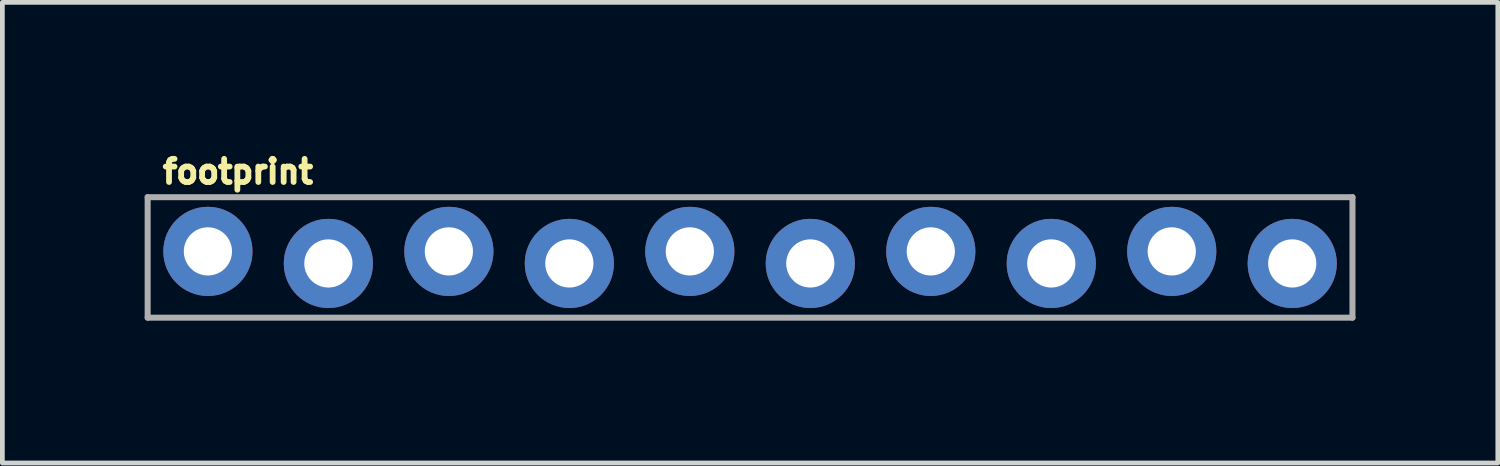
<source format=kicad_pcb>
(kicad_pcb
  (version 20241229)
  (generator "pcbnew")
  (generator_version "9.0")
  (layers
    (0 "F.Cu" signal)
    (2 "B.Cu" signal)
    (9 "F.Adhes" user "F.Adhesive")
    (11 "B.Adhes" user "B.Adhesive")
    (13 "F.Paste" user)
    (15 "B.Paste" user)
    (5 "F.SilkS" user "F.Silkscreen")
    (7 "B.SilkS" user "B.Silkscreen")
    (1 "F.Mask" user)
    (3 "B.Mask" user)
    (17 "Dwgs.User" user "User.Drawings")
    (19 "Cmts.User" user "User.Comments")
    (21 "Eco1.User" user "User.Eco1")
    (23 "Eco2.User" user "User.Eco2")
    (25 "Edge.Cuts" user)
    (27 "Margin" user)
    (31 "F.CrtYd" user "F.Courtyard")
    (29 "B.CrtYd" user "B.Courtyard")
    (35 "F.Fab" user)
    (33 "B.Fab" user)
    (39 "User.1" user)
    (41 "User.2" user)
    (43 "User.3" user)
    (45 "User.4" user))
  (footprint "footprint"
    (layer "F.Cu")
    (at 1.333 2.377)
    (property "Reference" "footprint" (at -1.016 -1.524 0) (layer "F.SilkS") (effects (font (size 0.488 0.488) (thickness 0.122)) (justify left bottom)))
    (fp_line (start -1.27 -1.27) (end -1.27 1.27) (stroke (width 0.127) (type solid)) (layer "F.Fab"))
    (fp_line (start -1.27 -1.27) (end 24.13 -1.27) (stroke (width 0.127) (type solid)) (layer "F.Fab"))
    (fp_line (start -1.27 1.27) (end 24.13 1.27) (stroke (width 0.127) (type solid)) (layer "F.Fab"))
    (fp_line (start 24.13 1.27) (end 24.13 -1.27) (stroke (width 0.127) (type solid)) (layer "F.Fab"))
    (fp_poly (pts (xy -0.254 0.254) (xy 0.254 0.254) (xy 0.254 -0.254) (xy -0.254 -0.254)) (stroke (width 0.1) (type solid)) (fill no) (layer "F.Fab"))
    (fp_poly (pts (xy 2.286 0.254) (xy 2.794 0.254) (xy 2.794 -0.254) (xy 2.286 -0.254)) (stroke (width 0.1) (type solid)) (fill no) (layer "F.Fab"))
    (fp_poly (pts (xy 4.826 0.254) (xy 5.334 0.254) (xy 5.334 -0.254) (xy 4.826 -0.254)) (stroke (width 0.1) (type solid)) (fill no) (layer "F.Fab"))
    (fp_poly (pts (xy 7.366 0.254) (xy 7.874 0.254) (xy 7.874 -0.254) (xy 7.366 -0.254)) (stroke (width 0.1) (type solid)) (fill no) (layer "F.Fab"))
    (fp_poly (pts (xy 9.906 0.254) (xy 10.414 0.254) (xy 10.414 -0.254) (xy 9.906 -0.254)) (stroke (width 0.1) (type solid)) (fill no) (layer "F.Fab"))
    (fp_poly (pts (xy 12.446 0.254) (xy 12.954 0.254) (xy 12.954 -0.254) (xy 12.446 -0.254)) (stroke (width 0.1) (type solid)) (fill no) (layer "F.Fab"))
    (fp_poly (pts (xy 14.986 0.254) (xy 15.494 0.254) (xy 15.494 -0.254) (xy 14.986 -0.254)) (stroke (width 0.1) (type solid)) (fill no) (layer "F.Fab"))
    (fp_poly (pts (xy 17.526 0.254) (xy 18.034 0.254) (xy 18.034 -0.254) (xy 17.526 -0.254)) (stroke (width 0.1) (type solid)) (fill no) (layer "F.Fab"))
    (fp_poly (pts (xy 20.066 0.254) (xy 20.574 0.254) (xy 20.574 -0.254) (xy 20.066 -0.254)) (stroke (width 0.1) (type solid)) (fill no) (layer "F.Fab"))
    (fp_poly (pts (xy 22.606 0.254) (xy 23.114 0.254) (xy 23.114 -0.254) (xy 22.606 -0.254)) (stroke (width 0.1) (type solid)) (fill no) (layer "F.Fab"))
    (pad "1" thru_hole circle (at 0 -0.127 90) (size 1.88 1.88) (drill 1.016) (layers "*.Cu" "*.Mask"))
    (pad "2" thru_hole circle (at 2.54 0.127 90) (size 1.88 1.88) (drill 1.016) (layers "*.Cu" "*.Mask"))
    (pad "3" thru_hole circle (at 5.08 -0.127 90) (size 1.88 1.88) (drill 1.016) (layers "*.Cu" "*.Mask"))
    (pad "4" thru_hole circle (at 7.62 0.127 90) (size 1.88 1.88) (drill 1.016) (layers "*.Cu" "*.Mask"))
    (pad "5" thru_hole circle (at 10.16 -0.127 90) (size 1.88 1.88) (drill 1.016) (layers "*.Cu" "*.Mask"))
    (pad "6" thru_hole circle (at 12.7 0.127 90) (size 1.88 1.88) (drill 1.016) (layers "*.Cu" "*.Mask"))
    (pad "7" thru_hole circle (at 15.24 -0.127 90) (size 1.88 1.88) (drill 1.016) (layers "*.Cu" "*.Mask"))
    (pad "8" thru_hole circle (at 17.78 0.127 90) (size 1.88 1.88) (drill 1.016) (layers "*.Cu" "*.Mask"))
    (pad "9" thru_hole circle (at 20.32 -0.127 90) (size 1.88 1.88) (drill 1.016) (layers "*.Cu" "*.Mask"))
    (pad "10" thru_hole circle (at 22.86 0.127 90) (size 1.88 1.88) (drill 1.016) (layers "*.Cu" "*.Mask")))
  (gr_rect
    (start -3 -3)
    (end 28.527 6.711)
    (stroke (width 0.1) (type default))
    (fill no)
    (layer "Edge.Cuts")))
</source>
